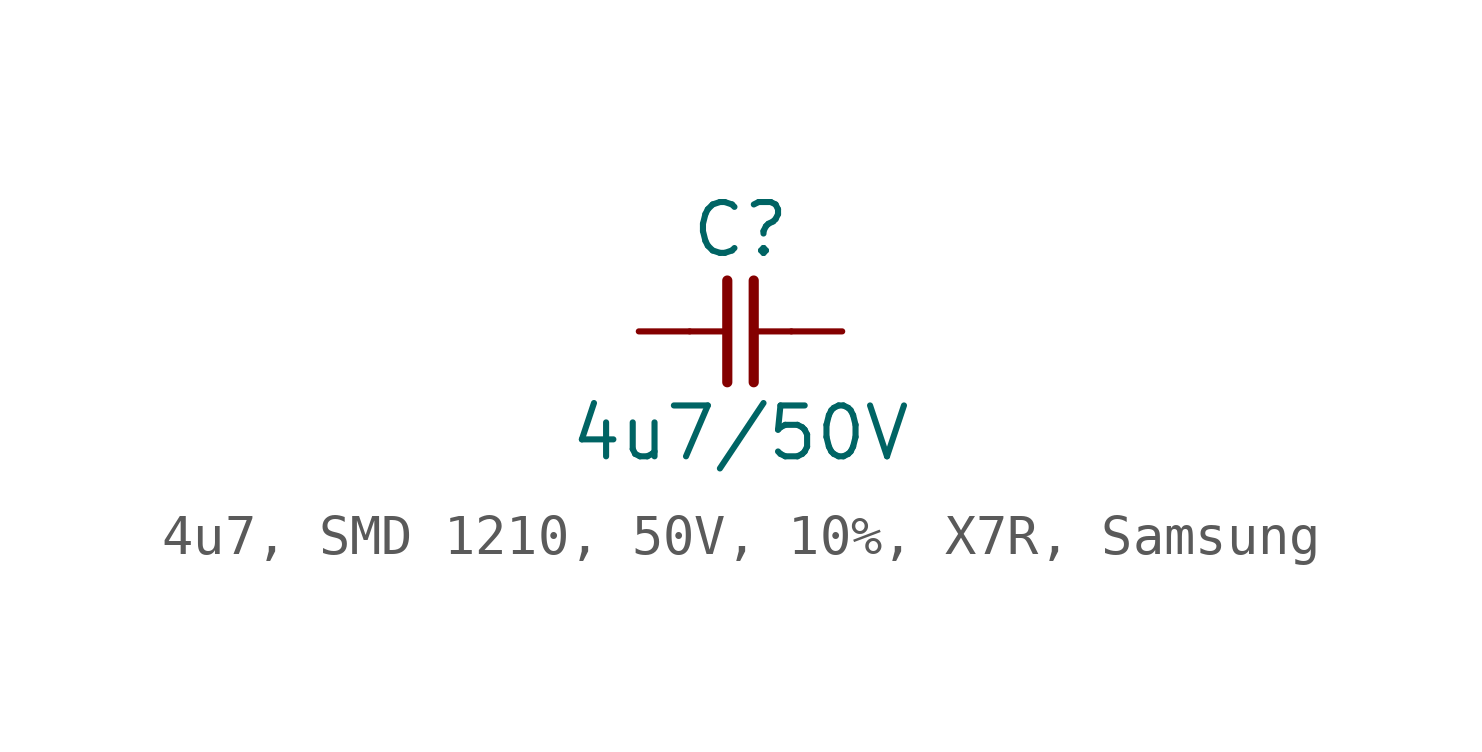
<source format=kicad_sym>
(kicad_symbol_lib
  (version 20241209)
  (generator "kicad_symbol_editor")
  (generator_version "9.0")
  (symbol "4u7, SMD 1210, 50V, 10%, X7R, Samsung"
    (pin_numbers
      (hide yes))
    (pin_names
      (offset 0)
      (hide yes))
    (property "Reference" "C"
      (at 0 2.54 0)
      (effects (font (size 1.27 1.27))))
    (property "Value" "4u7/50V"
      (at 0 -2.54 0)
      (effects (font (size 1.27 1.27))))
    (symbol "4u7, SMD 1210, 50V, 10%, X7R, Samsung_0_1"
      (polyline (pts (xy -0.33 1.27) (xy -0.33 -1.27)) (stroke (width 0.254) (type default)) (fill (type none)))
      (polyline (pts (xy -0.318 0) (xy -1.27 0)) (stroke (width 0) (type default)) (fill (type none)))
      (polyline (pts (xy 0.33 1.27) (xy 0.33 -1.27)) (stroke (width 0.254) (type default)) (fill (type none)))
      (polyline (pts (xy 1.27 0) (xy 0.318 0)) (stroke (width 0) (type default)) (fill (type none))))
    (symbol "4u7, SMD 1210, 50V, 10%, X7R, Samsung_1_1"
      (pin passive line (at -2.54 0 0) (length 1.27) (name "1" (effects (font (size 1.27 1.27)))) (number "1" (effects (font (size 1.27 1.27)))))
      (pin passive line (at 2.54 0 180) (length 1.27) (name "2" (effects (font (size 1.27 1.27)))) (number "2" (effects (font (size 1.27 1.27))))))))
</source>
